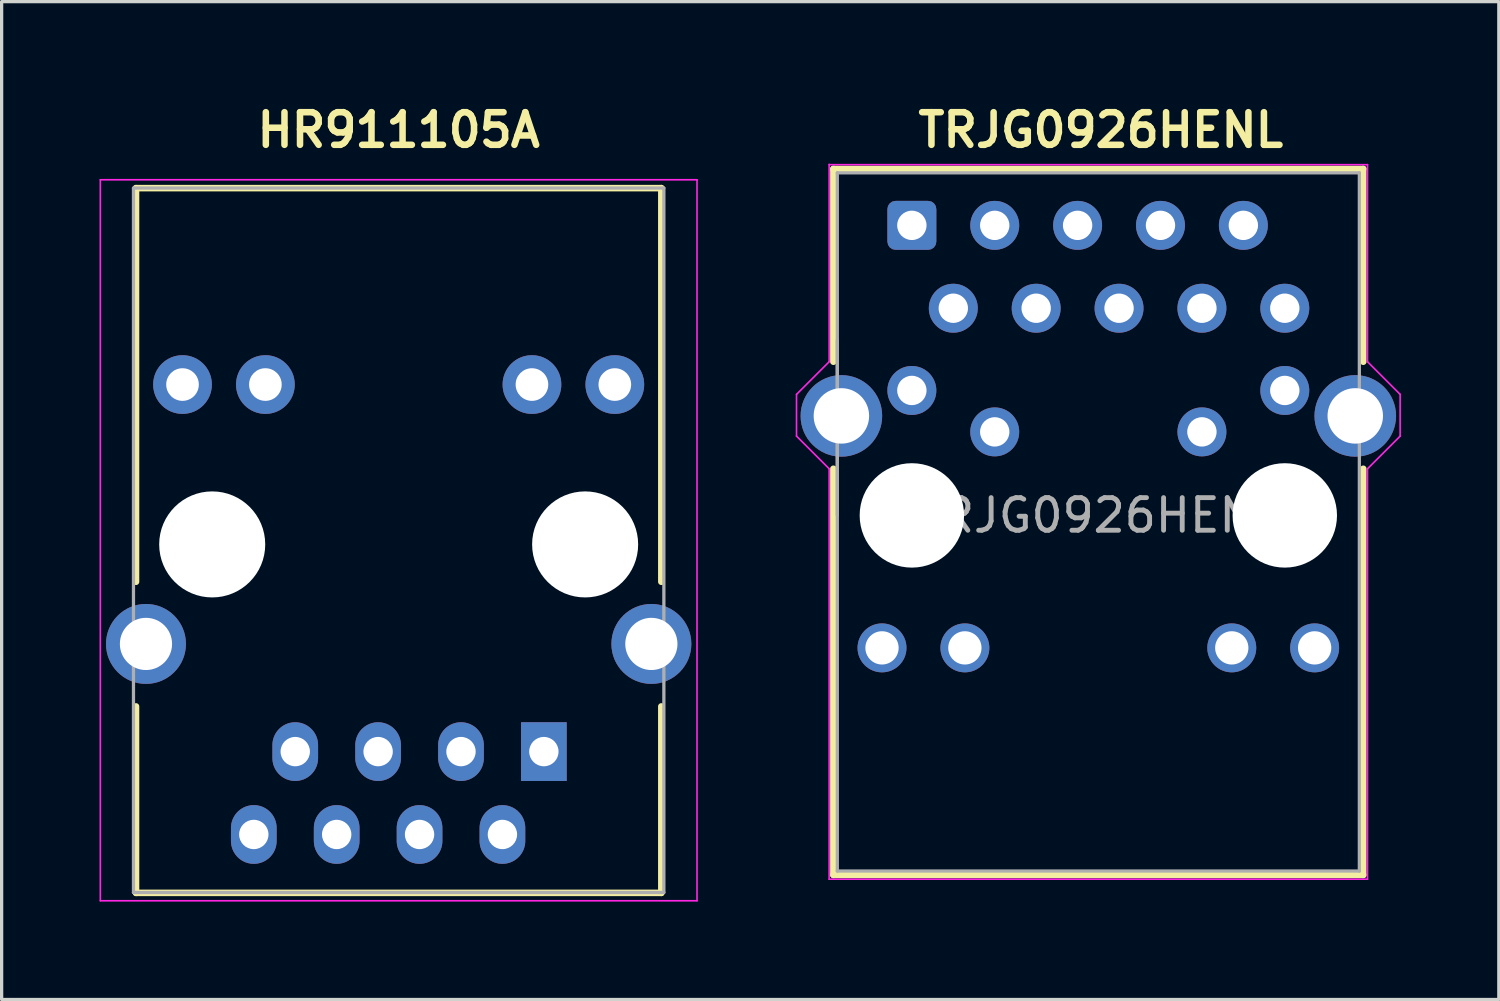
<source format=kicad_pcb>
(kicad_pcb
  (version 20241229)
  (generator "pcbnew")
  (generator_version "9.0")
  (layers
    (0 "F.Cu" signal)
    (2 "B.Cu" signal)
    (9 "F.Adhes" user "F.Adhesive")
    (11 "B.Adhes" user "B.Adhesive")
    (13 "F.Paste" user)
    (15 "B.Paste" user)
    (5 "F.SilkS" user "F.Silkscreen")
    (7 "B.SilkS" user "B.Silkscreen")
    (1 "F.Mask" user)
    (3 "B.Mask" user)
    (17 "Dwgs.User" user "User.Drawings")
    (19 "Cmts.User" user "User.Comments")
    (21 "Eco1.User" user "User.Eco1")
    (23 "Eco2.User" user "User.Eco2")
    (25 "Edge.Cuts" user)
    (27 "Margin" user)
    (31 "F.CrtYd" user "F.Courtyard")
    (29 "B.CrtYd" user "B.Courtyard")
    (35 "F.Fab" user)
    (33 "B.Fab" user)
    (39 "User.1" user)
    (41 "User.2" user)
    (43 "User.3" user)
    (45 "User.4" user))
  (footprint "HR911105A"
    (layer "F.Cu")
    (at 9.169 13.636)
    (property "Reference" "HR911105A" (at 0 -12.7 0) (layer "F.SilkS") (effects (font (size 1 1) (thickness 0.2))))
    (attr through_hole)
    (fp_line (start -8.05 -10.92) (end -8.05 1.145) (stroke (width 0.2) (type solid)) (layer "F.SilkS"))
    (fp_line (start -8.05 -10.92) (end 8.05 -10.92) (stroke (width 0.2) (type solid)) (layer "F.SilkS"))
    (fp_line (start -8.05 10.68) (end -8.05 4.965) (stroke (width 0.2) (type solid)) (layer "F.SilkS"))
    (fp_line (start 8.05 -10.92) (end 8.05 1.145) (stroke (width 0.2) (type solid)) (layer "F.SilkS"))
    (fp_line (start 8.05 10.68) (end -8.05 10.68) (stroke (width 0.2) (type solid)) (layer "F.SilkS"))
    (fp_line (start 8.05 10.68) (end 8.05 4.965) (stroke (width 0.2) (type solid)) (layer "F.SilkS"))
    (fp_line (start -9.144 -11.176) (end 9.144 -11.176) (stroke (width 0.05) (type solid)) (layer "F.CrtYd"))
    (fp_line (start -9.144 10.922) (end -9.144 -11.176) (stroke (width 0.05) (type solid)) (layer "F.CrtYd"))
    (fp_line (start 9.144 -11.176) (end 9.144 10.922) (stroke (width 0.05) (type solid)) (layer "F.CrtYd"))
    (fp_line (start 9.144 10.922) (end -9.144 10.922) (stroke (width 0.05) (type solid)) (layer "F.CrtYd"))
    (fp_line (start -8.128 -10.922) (end 8.128 -10.922) (stroke (width 0.1) (type solid)) (layer "F.Fab"))
    (fp_line (start -8.128 10.668) (end -8.128 -10.922) (stroke (width 0.1) (type solid)) (layer "F.Fab"))
    (fp_line (start 8.128 -10.922) (end 8.128 10.668) (stroke (width 0.1) (type solid)) (layer "F.Fab"))
    (fp_line (start 8.128 10.668) (end -8.128 10.668) (stroke (width 0.1) (type solid)) (layer "F.Fab"))
    (pad "" np_thru_hole circle (at -5.715 0) (size 3.25 3.25) (drill 3.25) (layers "*.Cu" "*.Mask"))
    (pad "" np_thru_hole circle (at 5.715 0) (size 3.25 3.25) (drill 3.25) (layers "*.Cu" "*.Mask"))
    (pad "1" thru_hole rect (at 4.45 6.35) (size 1.4 1.8) (drill 0.9) (layers "*.Cu" "*.Mask"))
    (pad "2" thru_hole oval (at 3.18 8.89) (size 1.4 1.8) (drill 0.9) (layers "*.Cu" "*.Mask"))
    (pad "3" thru_hole oval (at 1.91 6.35) (size 1.4 1.8) (drill 0.9) (layers "*.Cu" "*.Mask"))
    (pad "4" thru_hole oval (at 0.64 8.89) (size 1.4 1.8) (drill 0.9) (layers "*.Cu" "*.Mask"))
    (pad "5" thru_hole oval (at -0.63 6.35) (size 1.4 1.8) (drill 0.9) (layers "*.Cu" "*.Mask"))
    (pad "6" thru_hole oval (at -1.9 8.89) (size 1.4 1.8) (drill 0.9) (layers "*.Cu" "*.Mask"))
    (pad "7" thru_hole oval (at -3.17 6.35) (size 1.4 1.8) (drill 0.9) (layers "*.Cu" "*.Mask"))
    (pad "8" thru_hole oval (at -4.44 8.89) (size 1.4 1.8) (drill 0.9) (layers "*.Cu" "*.Mask"))
    (pad "9" thru_hole circle (at 6.625 -4.9) (size 1.8 1.8) (drill 1) (layers "*.Cu" "*.Mask"))
    (pad "10" thru_hole circle (at 4.085 -4.9) (size 1.8 1.8) (drill 1) (layers "*.Cu" "*.Mask"))
    (pad "11" thru_hole circle (at -4.085 -4.9) (size 1.8 1.8) (drill 1) (layers "*.Cu" "*.Mask"))
    (pad "12" thru_hole circle (at -6.625 -4.9) (size 1.8 1.8) (drill 1) (layers "*.Cu" "*.Mask"))
    (pad "13" thru_hole circle (at 7.745 3.05) (size 2.45 2.45) (drill 1.6) (layers "*.Cu" "*.Mask"))
    (pad "14" thru_hole circle (at -7.745 3.05) (size 2.45 2.45) (drill 1.6) (layers "*.Cu" "*.Mask")))
  (footprint "TRJG0926HENL"
    (layer "F.Cu")
    (at 30.613 12.747)
    (property "Reference" "TRJG0926HENL" (at 0.076 -11.811 0) (layer "F.SilkS") (effects (font (size 1 1) (thickness 0.2))))
    (attr through_hole)
    (fp_line (start -8.12 -10.62) (end -8.12 -4.71) (stroke (width 0.2) (type solid)) (layer "F.SilkS"))
    (fp_line (start -8.12 -10.62) (end 8.12 -10.62) (stroke (width 0.2) (type solid)) (layer "F.SilkS"))
    (fp_line (start -8.12 -1.43) (end -8.12 11.02) (stroke (width 0.2) (type solid)) (layer "F.SilkS"))
    (fp_line (start 8.12 -10.62) (end 8.12 -4.71) (stroke (width 0.2) (type solid)) (layer "F.SilkS"))
    (fp_line (start 8.12 -1.43) (end 8.12 11.02) (stroke (width 0.2) (type solid)) (layer "F.SilkS"))
    (fp_line (start 8.12 11.02) (end -8.12 11.02) (stroke (width 0.2) (type solid)) (layer "F.SilkS"))
    (fp_line (start -9.25 -2.43) (end -9.25 -3.71) (stroke (width 0.05) (type solid)) (layer "F.CrtYd"))
    (fp_line (start -9.25 -2.43) (end -8.25 -1.43) (stroke (width 0.05) (type solid)) (layer "F.CrtYd"))
    (fp_line (start -8.25 -10.75) (end 8.25 -10.75) (stroke (width 0.05) (type solid)) (layer "F.CrtYd"))
    (fp_line (start -8.25 -4.71) (end -9.25 -3.71) (stroke (width 0.05) (type solid)) (layer "F.CrtYd"))
    (fp_line (start -8.25 -4.71) (end -8.25 -10.76) (stroke (width 0.05) (type solid)) (layer "F.CrtYd"))
    (fp_line (start -8.25 -1.43) (end -8.25 11.15) (stroke (width 0.05) (type solid)) (layer "F.CrtYd"))
    (fp_line (start -8.25 11.15) (end 8.25 11.15) (stroke (width 0.05) (type solid)) (layer "F.CrtYd"))
    (fp_line (start 8.25 -4.71) (end 8.25 -10.75) (stroke (width 0.05) (type solid)) (layer "F.CrtYd"))
    (fp_line (start 8.25 -4.71) (end 9.25 -3.71) (stroke (width 0.05) (type solid)) (layer "F.CrtYd"))
    (fp_line (start 8.25 -1.43) (end 8.25 11.15) (stroke (width 0.05) (type solid)) (layer "F.CrtYd"))
    (fp_line (start 9.25 -2.43) (end 8.25 -1.43) (stroke (width 0.05) (type solid)) (layer "F.CrtYd"))
    (fp_line (start 9.25 -2.43) (end 9.25 -3.71) (stroke (width 0.05) (type solid)) (layer "F.CrtYd"))
    (fp_line (start -8 -10.5) (end -8 0) (stroke (width 0.1) (type solid)) (layer "F.Fab"))
    (fp_line (start -8 -10.5) (end 8 -10.5) (stroke (width 0.1) (type solid)) (layer "F.Fab"))
    (fp_line (start -8 -5.37) (end -8 10.9) (stroke (width 0.1) (type solid)) (layer "F.Fab"))
    (fp_line (start -8 10.9) (end 8 10.9) (stroke (width 0.1) (type solid)) (layer "F.Fab"))
    (fp_line (start 8 -10.5) (end 8 10.9) (stroke (width 0.1) (type solid)) (layer "F.Fab"))
    (fp_text user "${REFERENCE}" (at 0 0 0) (layer "F.Fab") (effects (font (size 1 1) (thickness 0.15))))
    (pad "" np_thru_hole circle (at -5.715 0) (size 3.2 3.2) (drill 3.2) (layers "*.Cu" "*.Mask"))
    (pad "" np_thru_hole circle (at 5.715 0) (size 3.2 3.2) (drill 3.2) (layers "*.Cu" "*.Mask"))
    (pad "1" thru_hole roundrect (at -5.715 -8.89) (size 1.5 1.5) (drill 0.9) (layers "*.Cu" "*.Mask") (roundrect_rratio 0.167))
    (pad "2" thru_hole circle (at -4.445 -6.35) (size 1.5 1.5) (drill 0.9) (layers "*.Cu" "*.Mask"))
    (pad "3" thru_hole circle (at -3.175 -8.89) (size 1.5 1.5) (drill 0.9) (layers "*.Cu" "*.Mask"))
    (pad "4" thru_hole circle (at -1.905 -6.35) (size 1.5 1.5) (drill 0.9) (layers "*.Cu" "*.Mask"))
    (pad "5" thru_hole circle (at -0.635 -8.89) (size 1.5 1.5) (drill 0.9) (layers "*.Cu" "*.Mask"))
    (pad "6" thru_hole circle (at 0.635 -6.35 90) (size 1.5 1.5) (drill 0.9) (layers "*.Cu" "*.Mask"))
    (pad "7" thru_hole circle (at 1.905 -8.89) (size 1.5 1.5) (drill 0.9) (layers "*.Cu" "*.Mask"))
    (pad "8" thru_hole circle (at 3.175 -6.35) (size 1.5 1.5) (drill 0.9) (layers "*.Cu" "*.Mask"))
    (pad "9" thru_hole circle (at 4.445 -8.89) (size 1.5 1.5) (drill 0.9) (layers "*.Cu" "*.Mask"))
    (pad "10" thru_hole circle (at 5.715 -6.35) (size 1.5 1.5) (drill 0.9) (layers "*.Cu" "*.Mask"))
    (pad "11" thru_hole circle (at -5.715 -3.83) (size 1.5 1.5) (drill 0.9) (layers "*.Cu" "*.Mask"))
    (pad "12" thru_hole circle (at -3.175 -2.56) (size 1.5 1.5) (drill 0.9) (layers "*.Cu" "*.Mask"))
    (pad "13" thru_hole circle (at 3.175 -2.56) (size 1.5 1.5) (drill 0.9) (layers "*.Cu" "*.Mask"))
    (pad "14" thru_hole circle (at 5.715 -3.83) (size 1.5 1.5) (drill 0.9) (layers "*.Cu" "*.Mask"))
    (pad "15" thru_hole circle (at -6.63 4.06) (size 1.5 1.5) (drill 1.02) (layers "*.Cu" "*.Mask"))
    (pad "16" thru_hole circle (at -4.09 4.06) (size 1.5 1.5) (drill 1.02) (layers "*.Cu" "*.Mask"))
    (pad "17" thru_hole circle (at 4.09 4.06) (size 1.5 1.5) (drill 1.02) (layers "*.Cu" "*.Mask"))
    (pad "18" thru_hole circle (at 6.63 4.06) (size 1.5 1.5) (drill 1.02) (layers "*.Cu" "*.Mask"))
    (pad "19" thru_hole circle (at -7.875 -3.05) (size 2.5 2.5) (drill 1.7) (layers "*.Cu" "*.Mask"))
    (pad "20" thru_hole circle (at 7.875 -3.05) (size 2.5 2.5) (drill 1.7) (layers "*.Cu" "*.Mask")))
  (gr_rect
    (start -3 -3)
    (end 42.888 27.583)
    (stroke (width 0.1) (type default))
    (fill no)
    (layer "Edge.Cuts")))
</source>
